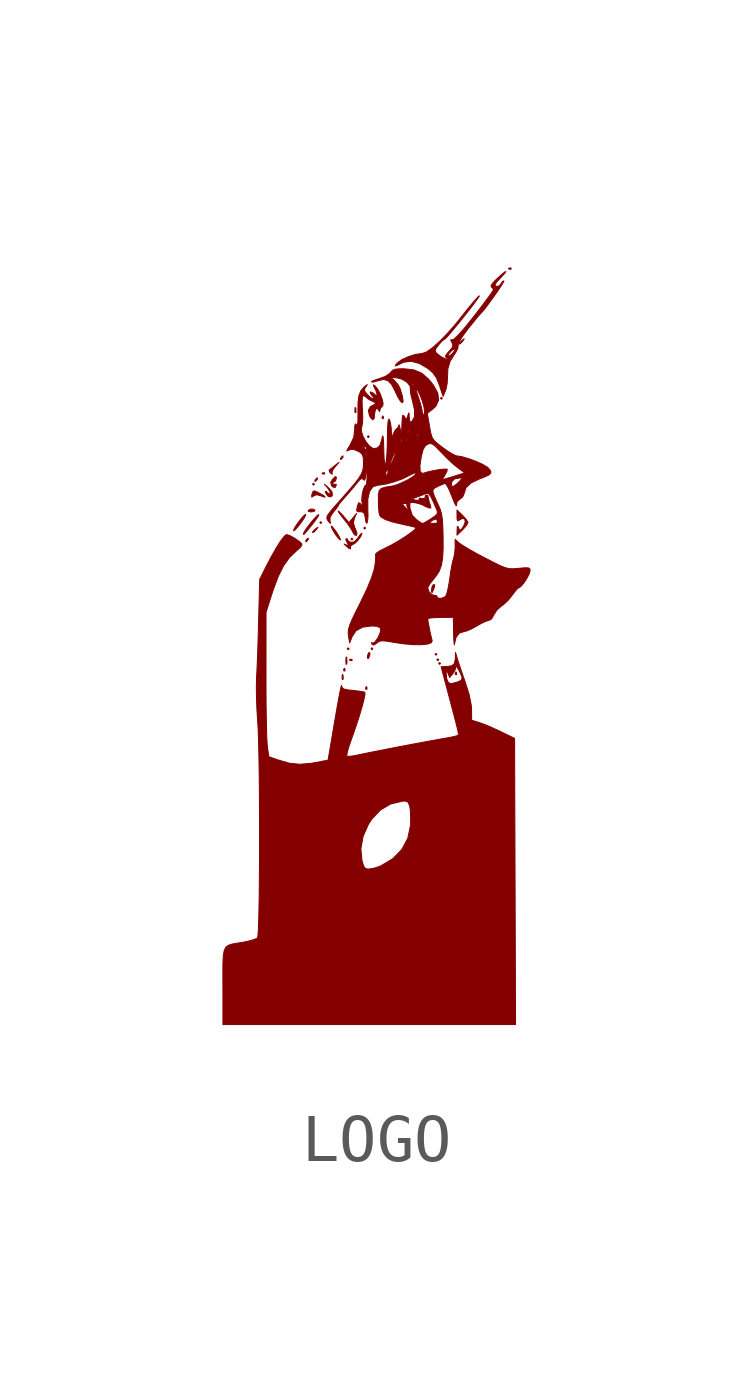
<source format=kicad_sym>
(kicad_symbol_lib
  (version 20210619)
  (generator bitmap2component)
  (symbol "LOGO"
    (pin_names
      (offset 1.016))
    (property "Reference" "#G"
      (at 0 8.404 0)
      (effects (font (size 1.27 1.27)) hide))
    (symbol "LOGO_0_0"
      (polyline (pts (xy 3.576 -6.093) (xy 3.566 -3.108) (xy 3.28 -2.969) (xy 3.256 -2.957) (xy 3.097 -2.884) (xy 2.946 -2.82) (xy 2.832 -2.779) (xy 2.67 -2.729) (xy 2.669 -2.518) (xy 2.664 -2.427) (xy 2.621 -2.205) (xy 2.534 -1.926) (xy 2.494 -1.813) (xy 2.438 -1.649) (xy 2.393 -1.514) (xy 2.367 -1.43) (xy 2.334 -1.316) (xy 2.33 -1.438) (xy 2.33 -1.451) (xy 2.311 -1.548) (xy 2.254 -1.595) (xy 2.142 -1.61) (xy 2.034 -1.613) (xy 2.066 -1.735) (xy 2.139 -1.735) (xy 2.14 -1.701) (xy 2.15 -1.691) (xy 2.177 -1.749) (xy 2.212 -1.839) (xy 2.284 -1.75) (xy 2.329 -1.673) (xy 2.339 -1.603) (xy 2.337 -1.592) (xy 2.356 -1.609) (xy 2.399 -1.678) (xy 2.439 -1.753) (xy 2.472 -1.842) (xy 2.457 -1.895) (xy 2.393 -1.926) (xy 2.333 -1.944) (xy 2.245 -1.968) (xy 2.241 -1.969) (xy 2.186 -1.946) (xy 2.15 -1.863) (xy 2.139 -1.735) (xy 2.066 -1.735) (xy 2.182 -2.17) (xy 2.197 -2.23) (xy 2.266 -2.488) (xy 2.317 -2.683) (xy 2.353 -2.824) (xy 2.377 -2.921) (xy 2.39 -2.982) (xy 2.394 -3.017) (xy 2.392 -3.034) (xy 2.385 -3.043) (xy 2.375 -3.049) (xy 2.307 -3.069) (xy 2.203 -3.09) (xy 2.186 -3.093) (xy 2.01 -3.124) (xy 1.793 -3.163) (xy 1.548 -3.209) (xy 1.291 -3.257) (xy 1.035 -3.306) (xy 0.796 -3.353) (xy 0.588 -3.394) (xy 0.426 -3.427) (xy 0.324 -3.449) (xy 0.216 -3.471) (xy 0.117 -3.483) (xy 0.068 -3.477) (xy 0.066 -3.453) (xy 0.084 -3.37) (xy 0.122 -3.243) (xy 0.176 -3.089) (xy 0.201 -3.021) (xy 0.269 -2.822) (xy 0.332 -2.627) (xy 0.385 -2.447) (xy 0.424 -2.299) (xy 0.445 -2.194) (xy 0.444 -2.147) (xy 0.41 -2.137) (xy 0.319 -2.122) (xy 0.194 -2.108) (xy 0.099 -2.098) (xy 0.011 -2.08) (xy -0.03 -2.052) (xy -0.042 -2.006) (xy -0.044 -2.003) (xy -0.057 -2.048) (xy -0.079 -2.153) (xy -0.109 -2.311) (xy -0.145 -2.511) (xy -0.185 -2.744) (xy -0.324 -3.562) (xy -0.591 -3.613) (xy -0.683 -3.629) (xy -0.917 -3.648) (xy -1.131 -3.626) (xy -1.361 -3.56) (xy -1.56 -3.49) (xy -1.59 -3.28) (xy -1.595 -3.23) (xy -1.602 -3.098) (xy -1.608 -2.907) (xy -1.613 -2.668) (xy -1.617 -2.393) (xy -1.619 -2.091) (xy -1.619 -1.773) (xy -1.618 -0.477) (xy -1.49 -0.077) (xy -1.461 0.009) (xy -1.358 0.282) (xy -1.25 0.496) (xy -1.131 0.662) (xy -0.992 0.796) (xy -0.984 0.802) (xy -0.899 0.878) (xy -0.869 0.928) (xy -0.886 0.966) (xy -0.926 1) (xy -1.025 1.069) (xy -1.122 1.122) (xy -1.19 1.143) (xy -1.191 1.143) (xy -1.238 1.108) (xy -1.31 1.014) (xy -1.403 0.868) (xy -1.51 0.679) (xy -1.626 0.458) (xy -1.75 0.21) (xy -1.772 -0.629) (xy -1.773 -0.678) (xy -1.781 -0.953) (xy -1.789 -1.223) (xy -1.798 -1.472) (xy -1.807 -1.68) (xy -1.815 -1.831) (xy -1.815 -1.846) (xy -1.82 -2.031) (xy -1.817 -2.261) (xy -1.808 -2.509) (xy -1.793 -2.746) (xy -1.792 -2.752) (xy -1.783 -2.908) (xy -1.775 -3.118) (xy -1.769 -3.375) (xy -1.763 -3.67) (xy -1.759 -3.995) (xy -1.756 -4.342) (xy -1.754 -4.703) (xy -1.753 -5.07) (xy -1.753 -5.41) (xy 0.36 -5.41) (xy 0.406 -5.153) (xy 0.518 -4.899) (xy 0.584 -4.797) (xy 0.766 -4.603) (xy 0.983 -4.476) (xy 1.236 -4.416) (xy 1.28 -4.414) (xy 1.342 -4.436) (xy 1.377 -4.513) (xy 1.389 -4.592) (xy 1.398 -4.726) (xy 1.398 -4.877) (xy 1.395 -4.926) (xy 1.339 -5.191) (xy 1.216 -5.422) (xy 1.029 -5.615) (xy 0.782 -5.764) (xy 0.749 -5.778) (xy 0.627 -5.818) (xy 0.528 -5.834) (xy 0.498 -5.833) (xy 0.447 -5.815) (xy 0.413 -5.759) (xy 0.382 -5.646) (xy 0.36 -5.41) (xy -1.753 -5.41) (xy -1.753 -5.434) (xy -1.755 -5.787) (xy -1.758 -6.121) (xy -1.761 -6.428) (xy -1.766 -6.7) (xy -1.772 -6.928) (xy -1.779 -7.105) (xy -1.787 -7.222) (xy -1.796 -7.27) (xy -1.798 -7.272) (xy -1.858 -7.301) (xy -1.969 -7.333) (xy -2.109 -7.362) (xy -2.225 -7.38) (xy -2.329 -7.399) (xy -2.406 -7.425) (xy -2.458 -7.467) (xy -2.491 -7.536) (xy -2.509 -7.642) (xy -2.517 -7.794) (xy -2.518 -8.002) (xy -2.517 -8.277) (xy -2.517 -9.077) (xy 3.586 -9.077) (xy 3.576 -6.093)) (stroke (width 0.01)) (fill (type outline)))
      (polyline (pts (xy 0.488 -2.079) (xy 0.483 -2.034) (xy 0.472 -2.028) (xy 0.458 -2.059) (xy 0.461 -2.08) (xy 0.483 -2.085) (xy 0.488 -2.079)) (stroke (width 0.01)) (fill (type outline)))
      (polyline (pts (xy -0.013 -1.878) (xy -0.008 -1.861) (xy -0.013 -1.783) (xy -0.026 -1.776) (xy -0.032 -1.831) (xy -0.027 -1.883) (xy -0.013 -1.878)) (stroke (width 0.01)) (fill (type outline)))
      (polyline (pts (xy 0.03 -1.698) (xy 0.025 -1.653) (xy 0.014 -1.647) (xy 0 -1.678) (xy 0.003 -1.698) (xy 0.025 -1.704) (xy 0.03 -1.698)) (stroke (width 0.01)) (fill (type outline)))
      (polyline (pts (xy 0.065 -1.554) (xy 0.07 -1.517) (xy 0.065 -1.421) (xy 0.061 -1.41) (xy 0.051 -1.418) (xy 0.047 -1.487) (xy 0.047 -1.513) (xy 0.053 -1.566) (xy 0.065 -1.554)) (stroke (width 0.01)) (fill (type outline)))
      (polyline (pts (xy 2.021 -1.545) (xy 2.002 -1.526) (xy 1.983 -1.545) (xy 2.002 -1.564) (xy 2.021 -1.545)) (stroke (width 0.01)) (fill (type outline)))
      (polyline (pts (xy 0.173 -1.485) (xy 0.178 -1.462) (xy 0.172 -1.457) (xy 0.127 -1.462) (xy 0.121 -1.473) (xy 0.153 -1.487) (xy 0.173 -1.485)) (stroke (width 0.01)) (fill (type outline)))
      (polyline (pts (xy 1.983 -1.468) (xy 1.964 -1.449) (xy 1.945 -1.468) (xy 1.964 -1.487) (xy 1.983 -1.468)) (stroke (width 0.01)) (fill (type outline)))
      (polyline (pts (xy 0.545 -1.373) (xy 0.55 -1.33) (xy 0.53 -1.318) (xy 0.517 -1.331) (xy 0.496 -1.394) (xy 0.501 -1.438) (xy 0.52 -1.439) (xy 0.545 -1.373)) (stroke (width 0.01)) (fill (type outline)))
      (polyline (pts (xy 1.945 -1.354) (xy 1.926 -1.335) (xy 1.907 -1.354) (xy 1.926 -1.373) (xy 1.945 -1.354)) (stroke (width 0.01)) (fill (type outline)))
      (polyline (pts (xy 0.115 -1.24) (xy 0.095 -1.22) (xy 0.076 -1.24) (xy 0.095 -1.258) (xy 0.115 -1.24)) (stroke (width 0.01)) (fill (type outline)))
      (polyline (pts (xy 0.61 -1.24) (xy 0.591 -1.22) (xy 0.572 -1.24) (xy 0.591 -1.258) (xy 0.61 -1.24)) (stroke (width 0.01)) (fill (type outline)))
      (polyline (pts (xy 0.691 -1.121) (xy 0.701 -1.113) (xy 0.746 -1.083) (xy 0.804 -1.073) (xy 0.895 -1.08) (xy 1.04 -1.104) (xy 1.241 -1.135) (xy 1.445 -1.153) (xy 1.619 -1.155) (xy 1.752 -1.141) (xy 1.831 -1.111) (xy 1.847 -1.068) (xy 1.831 -1.009) (xy 1.806 -0.903) (xy 1.782 -0.782) (xy 1.762 -0.675) (xy 1.754 -0.613) (xy 1.755 -0.612) (xy 1.794 -0.599) (xy 1.89 -0.59) (xy 2.021 -0.586) (xy 2.288 -0.583) (xy 2.295 -0.93) (xy 2.297 -1.024) (xy 2.303 -1.121) (xy 2.309 -1.157) (xy 2.316 -1.125) (xy 2.343 -1.007) (xy 2.415 -0.911) (xy 2.524 -0.877) (xy 2.567 -0.868) (xy 2.664 -0.826) (xy 2.778 -0.763) (xy 2.858 -0.717) (xy 2.962 -0.667) (xy 3.029 -0.648) (xy 3.085 -0.618) (xy 3.133 -0.535) (xy 3.137 -0.524) (xy 3.203 -0.426) (xy 3.297 -0.344) (xy 3.329 -0.323) (xy 3.433 -0.227) (xy 3.523 -0.114) (xy 3.558 -0.065) (xy 3.62 0.009) (xy 3.66 0.038) (xy 3.698 0.061) (xy 3.759 0.132) (xy 3.821 0.227) (xy 3.87 0.322) (xy 3.89 0.393) (xy 3.884 0.428) (xy 3.854 0.448) (xy 3.782 0.45) (xy 3.652 0.439) (xy 3.618 0.435) (xy 3.528 0.429) (xy 3.451 0.432) (xy 3.372 0.452) (xy 3.274 0.491) (xy 3.141 0.556) (xy 2.956 0.651) (xy 2.926 0.666) (xy 2.75 0.76) (xy 2.596 0.847) (xy 2.478 0.919) (xy 2.412 0.965) (xy 2.326 1.043) (xy 2.326 0.886) (xy 2.326 0.863) (xy 2.314 0.735) (xy 2.29 0.633) (xy 2.285 0.621) (xy 2.262 0.524) (xy 2.237 0.384) (xy 2.214 0.225) (xy 2.208 0.183) (xy 2.183 0.037) (xy 2.156 -0.078) (xy 2.131 -0.139) (xy 2.108 -0.16) (xy 2.039 -0.187) (xy 1.974 -0.184) (xy 1.945 -0.149) (xy 1.94 -0.133) (xy 1.897 -0.124) (xy 1.895 -0.125) (xy 1.837 -0.108) (xy 1.781 -0.048) (xy 1.756 0.027) (xy 1.76 0.045) (xy 1.8 0.116) (xy 1.869 0.204) (xy 1.93 0.279) (xy 1.996 0.383) (xy 2.039 0.499) (xy 2.064 0.642) (xy 2.075 0.83) (xy 2.075 1.077) (xy 2.07 1.285) (xy 2.061 1.443) (xy 2.045 1.56) (xy 2.02 1.654) (xy 1.983 1.744) (xy 1.948 1.82) (xy 1.89 1.949) (xy 1.863 2.031) (xy 1.866 2.08) (xy 1.898 2.113) (xy 1.958 2.144) (xy 1.968 2.149) (xy 2.058 2.189) (xy 2.116 2.21) (xy 2.122 2.209) (xy 2.123 2.208) (xy 2.25 2.208) (xy 2.257 2.245) (xy 2.318 2.305) (xy 2.434 2.326) (xy 2.458 2.322) (xy 2.455 2.295) (xy 2.394 2.231) (xy 2.352 2.192) (xy 2.287 2.145) (xy 2.257 2.151) (xy 2.25 2.208) (xy 2.123 2.208) (xy 2.156 2.165) (xy 2.205 2.069) (xy 2.259 1.939) (xy 2.277 1.891) (xy 2.32 1.791) (xy 2.348 1.742) (xy 2.355 1.754) (xy 2.364 1.829) (xy 2.431 1.887) (xy 2.483 1.925) (xy 2.517 2.007) (xy 2.552 2.12) (xy 2.661 2.221) (xy 2.841 2.307) (xy 2.909 2.331) (xy 3.02 2.38) (xy 3.07 2.422) (xy 3.067 2.469) (xy 3.018 2.531) (xy 2.995 2.551) (xy 2.896 2.609) (xy 2.757 2.671) (xy 2.605 2.727) (xy 2.463 2.768) (xy 2.358 2.784) (xy 2.353 2.784) (xy 2.288 2.812) (xy 2.186 2.873) (xy 2.067 2.957) (xy 1.976 3.026) (xy 1.894 3.098) (xy 1.846 3.168) (xy 1.817 3.261) (xy 1.792 3.4) (xy 1.746 3.672) (xy 1.865 3.765) (xy 1.927 3.826) (xy 1.982 3.95) (xy 1.964 4.095) (xy 1.872 4.261) (xy 1.774 4.383) (xy 1.63 4.508) (xy 1.468 4.577) (xy 1.269 4.6) (xy 1.185 4.601) (xy 1.081 4.593) (xy 1.02 4.569) (xy 0.979 4.524) (xy 0.96 4.502) (xy 0.869 4.441) (xy 0.744 4.394) (xy 0.679 4.375) (xy 0.603 4.346) (xy 0.581 4.326) (xy 0.581 4.326) (xy 0.626 4.325) (xy 0.708 4.349) (xy 0.71 4.35) (xy 0.83 4.378) (xy 0.924 4.354) (xy 1.003 4.271) (xy 1.081 4.12) (xy 1.132 4.012) (xy 1.191 3.917) (xy 1.229 3.891) (xy 1.242 3.931) (xy 1.225 4.034) (xy 1.175 4.195) (xy 1.133 4.272) (xy 1.056 4.36) (xy 1.028 4.385) (xy 1 4.415) (xy 1.029 4.421) (xy 1.124 4.409) (xy 1.219 4.383) (xy 1.277 4.348) (xy 1.375 4.348) (xy 1.421 4.314) (xy 1.461 4.28) (xy 1.487 4.248) (xy 1.487 4.241) (xy 1.462 4.241) (xy 1.406 4.3) (xy 1.385 4.328) (xy 1.375 4.348) (xy 1.277 4.348) (xy 1.32 4.322) (xy 1.385 4.245) (xy 1.391 4.195) (xy 1.508 4.195) (xy 1.516 4.192) (xy 1.552 4.14) (xy 1.597 4.046) (xy 1.641 3.931) (xy 1.673 3.818) (xy 1.679 3.788) (xy 1.689 3.689) (xy 1.674 3.64) (xy 1.653 3.644) (xy 1.64 3.698) (xy 1.634 3.747) (xy 1.607 3.857) (xy 1.567 3.986) (xy 1.536 4.079) (xy 1.512 4.163) (xy 1.508 4.195) (xy 1.391 4.195) (xy 1.394 4.17) (xy 1.392 4.146) (xy 1.404 4.059) (xy 1.433 3.945) (xy 1.479 3.742) (xy 1.478 3.597) (xy 1.43 3.509) (xy 1.398 3.488) (xy 1.377 3.507) (xy 1.369 3.59) (xy 1.365 3.669) (xy 1.357 3.679) (xy 1.339 3.623) (xy 1.322 3.568) (xy 1.301 3.554) (xy 1.267 3.604) (xy 1.248 3.631) (xy 1.231 3.625) (xy 1.222 3.562) (xy 1.216 3.432) (xy 1.216 3.411) (xy 1.211 3.294) (xy 1.21 3.28) (xy 1.335 3.28) (xy 1.338 3.3) (xy 1.36 3.305) (xy 1.365 3.3) (xy 1.36 3.255) (xy 1.349 3.248) (xy 1.335 3.28) (xy 1.21 3.28) (xy 1.206 3.247) (xy 1.197 3.263) (xy 1.182 3.337) (xy 1.174 3.378) (xy 1.158 3.432) (xy 1.15 3.423) (xy 1.142 3.388) (xy 1.113 3.356) (xy 1.08 3.326) (xy 1.041 3.251) (xy 1.025 3.212) (xy 1.02 3.204) (xy 1.526 3.204) (xy 1.528 3.224) (xy 1.551 3.229) (xy 1.556 3.224) (xy 1.551 3.178) (xy 1.54 3.172) (xy 1.526 3.204) (xy 1.02 3.204) (xy 1.007 3.184) (xy 0.999 3.217) (xy 0.995 3.318) (xy 0.993 3.363) (xy 0.977 3.475) (xy 0.954 3.547) (xy 0.94 3.549) (xy 0.926 3.489) (xy 0.917 3.355) (xy 0.913 3.146) (xy 0.913 3.111) (xy 1.185 3.111) (xy 1.191 3.149) (xy 1.208 3.135) (xy 1.214 3.112) (xy 1.214 3.108) (xy 1.297 3.108) (xy 1.316 3.127) (xy 1.335 3.108) (xy 1.316 3.089) (xy 1.297 3.108) (xy 1.214 3.108) (xy 1.205 3.061) (xy 1.192 3.062) (xy 1.185 3.111) (xy 0.913 3.111) (xy 0.911 3.025) (xy 0.904 2.841) (xy 0.893 2.706) (xy 0.88 2.623) (xy 0.867 2.599) (xy 0.854 2.637) (xy 0.844 2.741) (xy 0.837 2.918) (xy 0.834 3.061) (xy 0.826 3.168) (xy 0.817 3.202) (xy 0.804 3.164) (xy 0.794 3.115) (xy 0.758 3.005) (xy 0.708 2.951) (xy 0.633 2.937) (xy 0.615 2.939) (xy 0.54 2.988) (xy 0.465 3.081) (xy 0.404 3.194) (xy 0.37 3.304) (xy 0.377 3.386) (xy 0.378 3.388) (xy 0.394 3.465) (xy 0.399 3.593) (xy 0.393 3.75) (xy 0.385 3.905) (xy 0.391 4.009) (xy 0.412 4.043) (xy 0.426 4.041) (xy 0.478 4.002) (xy 0.522 3.964) (xy 0.604 3.921) (xy 0.622 3.914) (xy 0.671 3.883) (xy 0.649 3.86) (xy 0.561 3.814) (xy 0.516 3.735) (xy 0.527 3.68) (xy 0.534 3.68) (xy 0.553 3.699) (xy 0.572 3.68) (xy 0.553 3.661) (xy 0.534 3.68) (xy 0.527 3.68) (xy 0.539 3.626) (xy 0.562 3.581) (xy 0.606 3.536) (xy 0.637 3.564) (xy 0.648 3.663) (xy 0.649 3.681) (xy 0.667 3.756) (xy 0.701 3.775) (xy 0.738 3.728) (xy 0.75 3.709) (xy 0.76 3.744) (xy 0.767 3.776) (xy 0.809 3.823) (xy 0.816 3.827) (xy 0.823 3.88) (xy 0.803 3.97) (xy 0.764 4.076) (xy 0.713 4.173) (xy 0.66 4.24) (xy 0.658 4.241) (xy 0.624 4.265) (xy 0.625 4.244) (xy 0.662 4.167) (xy 0.674 4.144) (xy 0.698 4.072) (xy 0.69 4.043) (xy 0.679 4.044) (xy 0.629 4.081) (xy 0.622 4.091) (xy 0.564 4.119) (xy 0.554 4.097) (xy 0.591 4.043) (xy 0.607 4.025) (xy 0.635 3.977) (xy 0.617 3.969) (xy 0.566 3.998) (xy 0.497 4.061) (xy 0.449 4.117) (xy 0.432 4.169) (xy 0.462 4.223) (xy 0.485 4.253) (xy 0.493 4.271) (xy 0.446 4.237) (xy 0.43 4.223) (xy 0.362 4.146) (xy 0.32 4.044) (xy 0.301 3.901) (xy 0.299 3.699) (xy 0.3 3.624) (xy 0.298 3.491) (xy 0.287 3.429) (xy 0.268 3.432) (xy 0.248 3.451) (xy 0.234 3.418) (xy 0.23 3.317) (xy 0.211 3.169) (xy 0.131 3.001) (xy 0.125 2.993) (xy 0.101 2.955) (xy 0.429 2.955) (xy 0.43 2.998) (xy 0.443 2.999) (xy 0.471 2.957) (xy 0.48 2.928) (xy 0.473 2.9) (xy 0.437 2.939) (xy 0.429 2.955) (xy 0.101 2.955) (xy 0.075 2.913) (xy 0.069 2.885) (xy 0.104 2.901) (xy 0.13 2.915) (xy 0.2 2.922) (xy 0.296 2.884) (xy 0.344 2.857) (xy 0.381 2.822) (xy 0.458 2.822) (xy 0.461 2.842) (xy 0.483 2.848) (xy 0.488 2.842) (xy 0.483 2.797) (xy 0.472 2.791) (xy 0.458 2.822) (xy 0.381 2.822) (xy 0.391 2.812) (xy 0.411 2.743) (xy 0.414 2.624) (xy 0.411 2.55) (xy 0.398 2.476) (xy 0.367 2.4) (xy 0.313 2.313) (xy 0.228 2.203) (xy 0.105 2.059) (xy -0.062 1.869) (xy -0.19 1.725) (xy -0.28 1.619) (xy -0.332 1.547) (xy -0.351 1.499) (xy -0.345 1.462) (xy -0.321 1.426) (xy -0.289 1.387) (xy -0.272 1.379) (xy -0.285 1.433) (xy -0.281 1.509) (xy -0.21 1.617) (xy -0.196 1.633) (xy -0.138 1.703) (xy -0.114 1.742) (xy -0.102 1.766) (xy -0.05 1.832) (xy 0.029 1.922) (xy 0.078 1.978) (xy 0.186 2.103) (xy 0.275 2.213) (xy 0.341 2.29) (xy 0.384 2.314) (xy 0.416 2.29) (xy 0.438 2.277) (xy 0.455 2.325) (xy 0.467 2.442) (xy 0.482 2.651) (xy 0.484 2.567) (xy 0.956 2.567) (xy 0.969 2.621) (xy 0.999 2.706) (xy 1.038 2.796) (xy 1.072 2.865) (xy 1.093 2.887) (xy 1.093 2.872) (xy 1.074 2.804) (xy 1.033 2.704) (xy 1.007 2.646) (xy 0.972 2.58) (xy 1.592 2.58) (xy 1.619 2.765) (xy 1.62 2.767) (xy 1.654 2.904) (xy 1.696 2.985) (xy 1.753 3.028) (xy 1.765 3.033) (xy 1.814 3.043) (xy 1.865 3.023) (xy 1.934 2.965) (xy 2.037 2.857) (xy 2.151 2.74) (xy 2.276 2.623) (xy 2.379 2.538) (xy 2.527 2.429) (xy 2.303 2.359) (xy 2.198 2.327) (xy 2.106 2.3) (xy 2.065 2.289) (xy 2.064 2.289) (xy 2.075 2.319) (xy 2.115 2.387) (xy 2.117 2.39) (xy 2.156 2.463) (xy 2.16 2.506) (xy 2.154 2.508) (xy 2.092 2.508) (xy 1.988 2.496) (xy 1.867 2.475) (xy 1.754 2.45) (xy 1.674 2.425) (xy 1.633 2.419) (xy 1.596 2.465) (xy 1.592 2.58) (xy 0.972 2.58) (xy 0.971 2.579) (xy 0.956 2.564) (xy 0.956 2.567) (xy 0.484 2.567) (xy 0.489 2.42) (xy 0.877 2.42) (xy 0.88 2.443) (xy 0.912 2.496) (xy 0.929 2.493) (xy 0.926 2.441) (xy 0.908 2.387) (xy 0.886 2.368) (xy 0.877 2.42) (xy 0.489 2.42) (xy 0.489 2.412) (xy 0.488 2.299) (xy 0.48 2.209) (xy 0.466 2.174) (xy 0.44 2.153) (xy 0.41 2.079) (xy 0.387 1.976) (xy 0.378 1.87) (xy 0.388 1.788) (xy 0.403 1.744) (xy 0.403 1.723) (xy 0.367 1.765) (xy 0.341 1.796) (xy 0.313 1.806) (xy 0.291 1.746) (xy 0.286 1.726) (xy 0.271 1.649) (xy 0.29 1.621) (xy 0.353 1.618) (xy 0.389 1.616) (xy 0.432 1.584) (xy 0.451 1.496) (xy 0.459 1.431) (xy 0.475 1.38) (xy 0.491 1.388) (xy 0.503 1.446) (xy 0.509 1.544) (xy 0.505 1.67) (xy 0.505 1.877) (xy 0.54 2.041) (xy 0.611 2.14) (xy 0.719 2.174) (xy 0.743 2.175) (xy 0.887 2.198) (xy 1.06 2.245) (xy 1.23 2.306) (xy 1.365 2.373) (xy 1.39 2.387) (xy 1.47 2.424) (xy 1.513 2.428) (xy 1.503 2.397) (xy 1.441 2.347) (xy 1.343 2.287) (xy 1.227 2.229) (xy 1.113 2.181) (xy 1.017 2.155) (xy 0.872 2.131) (xy 0.784 2.104) (xy 0.741 2.057) (xy 0.726 1.974) (xy 0.725 1.842) (xy 1.206 1.842) (xy 1.211 1.856) (xy 1.228 1.861) (xy 1.306 1.856) (xy 1.313 1.843) (xy 1.259 1.837) (xy 1.206 1.842) (xy 0.725 1.842) (xy 0.725 1.838) (xy 0.727 1.788) (xy 1.232 1.788) (xy 1.278 1.792) (xy 1.313 1.788) (xy 1.323 1.767) (xy 1.316 1.747) (xy 1.325 1.725) (xy 1.382 1.725) (xy 1.382 1.797) (xy 1.414 1.817) (xy 1.453 1.812) (xy 1.678 1.812) (xy 1.697 1.831) (xy 1.716 1.812) (xy 1.697 1.792) (xy 1.678 1.812) (xy 1.453 1.812) (xy 1.496 1.806) (xy 1.5 1.805) (xy 1.597 1.78) (xy 1.659 1.755) (xy 1.689 1.737) (xy 1.768 1.703) (xy 1.776 1.7) (xy 1.82 1.697) (xy 1.812 1.744) (xy 1.784 1.826) (xy 1.757 1.957) (xy 1.753 1.967) (xy 1.716 1.964) (xy 1.704 1.954) (xy 1.697 1.908) (xy 1.69 1.892) (xy 1.634 1.897) (xy 1.584 1.903) (xy 1.576 1.88) (xy 1.569 1.858) (xy 1.501 1.861) (xy 1.48 1.865) (xy 1.433 1.878) (xy 1.449 1.895) (xy 1.531 1.926) (xy 1.539 1.929) (xy 1.643 1.968) (xy 1.719 1.999) (xy 1.746 2.006) (xy 1.777 1.993) (xy 1.813 1.944) (xy 1.861 1.848) (xy 1.929 1.693) (xy 1.952 1.636) (xy 1.955 1.583) (xy 1.917 1.537) (xy 1.825 1.474) (xy 1.774 1.441) (xy 1.71 1.404) (xy 1.802 1.404) (xy 1.865 1.447) (xy 1.924 1.466) (xy 1.959 1.429) (xy 1.954 1.386) (xy 1.887 1.373) (xy 1.812 1.38) (xy 1.802 1.404) (xy 1.71 1.404) (xy 1.69 1.392) (xy 1.646 1.373) (xy 1.641 1.374) (xy 1.589 1.404) (xy 1.51 1.462) (xy 1.43 1.549) (xy 1.385 1.69) (xy 1.382 1.725) (xy 1.325 1.725) (xy 1.34 1.691) (xy 1.362 1.662) (xy 1.367 1.64) (xy 1.335 1.66) (xy 1.278 1.716) (xy 1.238 1.763) (xy 1.232 1.788) (xy 0.727 1.788) (xy 0.729 1.708) (xy 0.739 1.598) (xy 0.754 1.541) (xy 0.785 1.506) (xy 0.871 1.455) (xy 1.011 1.408) (xy 1.215 1.36) (xy 1.238 1.355) (xy 1.37 1.326) (xy 1.467 1.302) (xy 1.509 1.288) (xy 1.51 1.28) (xy 1.474 1.238) (xy 1.391 1.173) (xy 1.276 1.093) (xy 1.144 1.01) (xy 1.01 0.932) (xy 0.889 0.871) (xy 0.878 0.866) (xy 0.763 0.808) (xy 0.687 0.759) (xy 0.665 0.729) (xy 0.67 0.692) (xy 0.665 0.598) (xy 0.649 0.473) (xy 0.636 0.409) (xy 0.579 0.231) (xy 0.483 0.001) (xy 0.345 -0.286) (xy 0.242 -0.491) (xy 0.17 -0.644) (xy 0.124 -0.756) (xy 0.101 -0.838) (xy 0.095 -0.905) (xy 0.101 -0.968) (xy 0.126 -1.117) (xy 0.18 -0.981) (xy 0.259 -0.864) (xy 0.395 -0.788) (xy 0.587 -0.763) (xy 0.694 -0.77) (xy 0.765 -0.803) (xy 0.774 -0.872) (xy 0.727 -0.988) (xy 0.703 -1.031) (xy 0.646 -1.106) (xy 0.603 -1.121) (xy 0.582 -1.112) (xy 0.589 -1.141) (xy 0.591 -1.143) (xy 0.629 -1.162) (xy 0.691 -1.121)) (stroke (width 0.01)) (fill (type outline)))
      (polyline (pts (xy 1.869 -0.019) (xy 1.891 0.038) (xy 1.901 0.098) (xy 1.869 0.095) (xy 1.847 0.065) (xy 1.833 -0.012) (xy 1.835 -0.051) (xy 1.843 -0.071) (xy 1.869 -0.019)) (stroke (width 0.01)) (fill (type outline)))
      (polyline (pts (xy 0.143 0.885) (xy 0.144 0.904) (xy 0.183 0.933) (xy 0.229 0.955) (xy 0.296 1.019) (xy 0.355 1.098) (xy 0.38 1.163) (xy 0.378 1.169) (xy 0.352 1.149) (xy 0.303 1.081) (xy 0.29 1.061) (xy 0.221 0.99) (xy 0.151 0.981) (xy 0.108 1) (xy 0.076 1.04) (xy 0.075 1.053) (xy 0.052 1.056) (xy 0.046 1.032) (xy 0.076 0.974) (xy 0.097 0.933) (xy 0.075 0.915) (xy 0.016 0.944) (xy 0.011 0.945) (xy 0.051 0.906) (xy 0.108 0.857) (xy 0.143 0.844) (xy 0.143 0.885)) (stroke (width 0.01)) (fill (type outline)))
      (polyline (pts (xy -0.78 0.993) (xy -0.744 1.03) (xy -0.737 1.043) (xy -0.739 1.068) (xy -0.746 1.066) (xy -0.782 1.03) (xy -0.789 1.016) (xy -0.786 0.992) (xy -0.78 0.993)) (stroke (width 0.01)) (fill (type outline)))
      (polyline (pts (xy -0.066 1.039) (xy -0.09 1.094) (xy -0.142 1.182) (xy -0.177 1.232) (xy -0.23 1.3) (xy -0.257 1.319) (xy -0.258 1.31) (xy -0.235 1.254) (xy -0.184 1.167) (xy -0.161 1.133) (xy -0.104 1.06) (xy -0.069 1.03) (xy -0.066 1.039)) (stroke (width 0.01)) (fill (type outline)))
      (polyline (pts (xy 0.191 1.049) (xy 0.172 1.068) (xy 0.153 1.049) (xy 0.172 1.03) (xy 0.191 1.049)) (stroke (width 0.01)) (fill (type outline)))
      (polyline (pts (xy 0.279 1.173) (xy 0.244 1.266) (xy 0.228 1.298) (xy 0.204 1.392) (xy 0.226 1.483) (xy 0.269 1.583) (xy 0.113 1.392) (xy -0.001 1.524) (xy -0.037 1.565) (xy -0.093 1.621) (xy -0.114 1.633) (xy -0.102 1.608) (xy -0.052 1.538) (xy 0.023 1.444) (xy 0.077 1.376) (xy 0.151 1.27) (xy 0.195 1.19) (xy 0.227 1.137) (xy 0.267 1.125) (xy 0.279 1.173)) (stroke (width 0.01)) (fill (type outline)))
      (polyline (pts (xy -0.825 1.15) (xy -0.792 1.184) (xy -0.731 1.258) (xy -0.631 1.383) (xy -0.567 1.468) (xy -0.524 1.536) (xy -0.52 1.562) (xy -0.548 1.542) (xy -0.61 1.478) (xy -0.686 1.387) (xy -0.76 1.29) (xy -0.817 1.207) (xy -0.839 1.159) (xy -0.837 1.146) (xy -0.825 1.15)) (stroke (width 0.01)) (fill (type outline)))
      (polyline (pts (xy 2.479 1.24) (xy 2.504 1.265) (xy 2.568 1.341) (xy 2.593 1.392) (xy 2.591 1.404) (xy 2.551 1.466) (xy 2.479 1.545) (xy 2.365 1.654) (xy 2.365 1.528) (xy 2.367 1.458) (xy 2.384 1.427) (xy 2.423 1.451) (xy 2.486 1.482) (xy 2.529 1.462) (xy 2.535 1.399) (xy 2.498 1.31) (xy 2.45 1.243) (xy 2.423 1.234) (xy 2.399 1.279) (xy 2.385 1.311) (xy 2.372 1.312) (xy 2.367 1.242) (xy 2.365 1.13) (xy 2.479 1.24)) (stroke (width 0.01)) (fill (type outline)))
      (polyline (pts (xy -0.567 1.249) (xy -0.546 1.277) (xy -0.536 1.296) (xy -0.582 1.263) (xy -0.622 1.228) (xy -0.648 1.197) (xy -0.648 1.19) (xy -0.623 1.19) (xy -0.567 1.249)) (stroke (width 0.01)) (fill (type outline)))
      (polyline (pts (xy -1.009 1.245) (xy -0.953 1.307) (xy -0.889 1.39) (xy -0.831 1.473) (xy -0.795 1.538) (xy -0.793 1.564) (xy -0.817 1.549) (xy -0.876 1.487) (xy -0.949 1.392) (xy -0.999 1.319) (xy -1.039 1.249) (xy -1.042 1.222) (xy -1.009 1.245)) (stroke (width 0.01)) (fill (type outline)))
      (polyline (pts (xy 0.458 1.278) (xy 0.439 1.297) (xy 0.42 1.278) (xy 0.439 1.259) (xy 0.458 1.278)) (stroke (width 0.01)) (fill (type outline)))
      (polyline (pts (xy -0.458 1.392) (xy -0.477 1.411) (xy -0.496 1.392) (xy -0.477 1.373) (xy -0.458 1.392)) (stroke (width 0.01)) (fill (type outline)))
      (polyline (pts (xy -0.615 1.626) (xy -0.597 1.649) (xy -0.621 1.669) (xy -0.688 1.675) (xy -0.741 1.644) (xy -0.732 1.623) (xy -0.671 1.615) (xy -0.615 1.626)) (stroke (width 0.01)) (fill (type outline)))
      (polyline (pts (xy -0.625 1.948) (xy -0.564 1.975) (xy -0.476 1.952) (xy -0.414 1.927) (xy -0.384 1.925) (xy -0.411 1.953) (xy -0.494 2.001) (xy -0.551 2.03) (xy -0.613 2.054) (xy -0.641 2.038) (xy -0.66 1.981) (xy -0.665 1.962) (xy -0.664 1.925) (xy -0.625 1.948)) (stroke (width 0.01)) (fill (type outline)))
      (polyline (pts (xy -0.233 1.965) (xy -0.244 2.037) (xy -0.315 2.12) (xy -0.4 2.193) (xy -0.328 2.107) (xy -0.284 2.038) (xy -0.282 1.994) (xy -0.302 1.988) (xy -0.345 2.022) (xy -0.365 2.047) (xy -0.381 2.038) (xy -0.376 2.016) (xy -0.337 1.954) (xy -0.311 1.935) (xy -0.261 1.93) (xy -0.233 1.965)) (stroke (width 0.01)) (fill (type outline)))
      (polyline (pts (xy -0.152 2.178) (xy -0.155 2.191) (xy -0.191 2.193) (xy -0.205 2.187) (xy -0.229 2.21) (xy -0.227 2.221) (xy -0.191 2.25) (xy -0.171 2.259) (xy -0.152 2.314) (xy -0.154 2.343) (xy -0.172 2.352) (xy -0.223 2.304) (xy -0.223 2.304) (xy -0.269 2.233) (xy -0.253 2.167) (xy -0.222 2.133) (xy -0.174 2.126) (xy -0.152 2.178)) (stroke (width 0.01)) (fill (type outline)))
      (polyline (pts (xy -0.61 2.193) (xy -0.629 2.212) (xy -0.648 2.193) (xy -0.629 2.174) (xy -0.61 2.193)) (stroke (width 0.01)) (fill (type outline)))
      (polyline (pts (xy -0.589 2.252) (xy -0.553 2.288) (xy -0.546 2.302) (xy -0.548 2.326) (xy -0.555 2.325) (xy -0.591 2.288) (xy -0.598 2.275) (xy -0.596 2.25) (xy -0.589 2.252)) (stroke (width 0.01)) (fill (type outline)))
      (polyline (pts (xy -0.399 2.405) (xy -0.394 2.428) (xy -0.4 2.433) (xy -0.445 2.428) (xy -0.451 2.417) (xy -0.419 2.403) (xy -0.399 2.405)) (stroke (width 0.01)) (fill (type outline)))
      (polyline (pts (xy -0.234 2.404) (xy -0.242 2.429) (xy -0.244 2.432) (xy -0.232 2.48) (xy -0.181 2.552) (xy -0.095 2.65) (xy -0.191 2.575) (xy -0.194 2.572) (xy -0.263 2.518) (xy -0.299 2.491) (xy -0.302 2.486) (xy -0.288 2.443) (xy -0.278 2.43) (xy -0.239 2.403) (xy -0.234 2.404)) (stroke (width 0.01)) (fill (type outline)))
      (polyline (pts (xy -0.055 2.709) (xy -0.019 2.746) (xy -0.012 2.76) (xy -0.015 2.784) (xy -0.021 2.782) (xy -0.057 2.746) (xy -0.064 2.732) (xy -0.062 2.708) (xy -0.055 2.709)) (stroke (width 0.01)) (fill (type outline)))
      (polyline (pts (xy 0.534 3.184) (xy 0.515 3.204) (xy 0.496 3.184) (xy 0.515 3.166) (xy 0.534 3.184)) (stroke (width 0.01)) (fill (type outline)))
      (polyline (pts (xy 0.831 3.565) (xy 0.826 3.61) (xy 0.815 3.616) (xy 0.801 3.585) (xy 0.804 3.565) (xy 0.826 3.56) (xy 0.831 3.565)) (stroke (width 0.01)) (fill (type outline)))
      (polyline (pts (xy 0.254 3.69) (xy 0.259 3.707) (xy 0.254 3.785) (xy 0.241 3.792) (xy 0.235 3.737) (xy 0.24 3.685) (xy 0.254 3.69)) (stroke (width 0.01)) (fill (type outline)))
      (polyline (pts (xy 2.059 3.985) (xy 2.04 4.005) (xy 2.021 3.985) (xy 2.04 3.966) (xy 2.059 3.985)) (stroke (width 0.01)) (fill (type outline)))
      (polyline (pts (xy 2.123 4.139) (xy 2.133 4.165) (xy 2.159 4.289) (xy 2.167 4.424) (xy 2.174 4.597) (xy 2.22 4.755) (xy 2.317 4.91) (xy 2.336 4.936) (xy 2.382 5.026) (xy 2.389 5.09) (xy 2.388 5.104) (xy 2.417 5.178) (xy 2.491 5.294) (xy 2.603 5.444) (xy 2.669 5.526) (xy 2.762 5.64) (xy 2.831 5.723) (xy 2.865 5.759) (xy 2.888 5.783) (xy 2.949 5.857) (xy 3.029 5.963) (xy 3.118 6.086) (xy 3.205 6.21) (xy 3.279 6.319) (xy 3.328 6.399) (xy 3.343 6.433) (xy 3.321 6.427) (xy 3.282 6.374) (xy 3.246 6.329) (xy 3.181 6.318) (xy 3.175 6.321) (xy 3.157 6.348) (xy 3.185 6.4) (xy 3.266 6.489) (xy 3.35 6.579) (xy 3.385 6.626) (xy 3.369 6.625) (xy 3.306 6.576) (xy 3.199 6.479) (xy 3.13 6.411) (xy 3.077 6.339) (xy 3.08 6.305) (xy 3.098 6.295) (xy 3.127 6.253) (xy 3.113 6.225) (xy 3.058 6.145) (xy 2.969 6.024) (xy 2.855 5.872) (xy 2.723 5.701) (xy 2.677 5.643) (xy 2.519 5.447) (xy 2.395 5.307) (xy 2.31 5.224) (xy 2.265 5.202) (xy 2.254 5.206) (xy 2.232 5.201) (xy 2.259 5.149) (xy 2.281 5.095) (xy 2.263 5.039) (xy 2.194 4.959) (xy 2.165 4.927) (xy 2.126 4.87) (xy 2.174 4.87) (xy 2.193 4.913) (xy 2.25 4.977) (xy 2.303 5.014) (xy 2.326 5.008) (xy 2.307 4.965) (xy 2.25 4.901) (xy 2.197 4.864) (xy 2.174 4.87) (xy 2.126 4.87) (xy 2.124 4.867) (xy 2.129 4.844) (xy 2.144 4.841) (xy 2.174 4.807) (xy 2.17 4.8) (xy 2.123 4.808) (xy 2.04 4.849) (xy 2.012 4.866) (xy 1.937 4.927) (xy 1.907 4.975) (xy 1.929 5.029) (xy 1.988 5.108) (xy 2.059 5.184) (xy 2.121 5.229) (xy 2.137 5.243) (xy 2.196 5.308) (xy 2.288 5.417) (xy 2.404 5.558) (xy 2.534 5.721) (xy 2.625 5.836) (xy 2.726 5.969) (xy 2.797 6.066) (xy 2.832 6.119) (xy 2.824 6.121) (xy 2.787 6.084) (xy 2.704 5.99) (xy 2.599 5.863) (xy 2.486 5.721) (xy 2.35 5.55) (xy 2.169 5.343) (xy 2 5.169) (xy 1.85 5.036) (xy 1.728 4.95) (xy 1.64 4.92) (xy 1.634 4.92) (xy 1.498 4.9) (xy 1.347 4.852) (xy 1.211 4.789) (xy 1.119 4.721) (xy 1.085 4.68) (xy 1.079 4.66) (xy 1.124 4.675) (xy 1.227 4.726) (xy 1.252 4.737) (xy 1.405 4.758) (xy 1.579 4.712) (xy 1.763 4.603) (xy 1.866 4.512) (xy 1.94 4.404) (xy 2 4.253) (xy 2.074 4.026) (xy 2.123 4.139)) (stroke (width 0.01)) (fill (type outline)))
      (polyline (pts (xy 2.484 5.177) (xy 2.505 5.205) (xy 2.515 5.225) (xy 2.47 5.192) (xy 2.429 5.157) (xy 2.403 5.125) (xy 2.403 5.118) (xy 2.428 5.118) (xy 2.484 5.177)) (stroke (width 0.01)) (fill (type outline)))
      (polyline (pts (xy 3.491 6.677) (xy 3.496 6.7) (xy 3.49 6.704) (xy 3.445 6.7) (xy 3.439 6.688) (xy 3.471 6.674) (xy 3.491 6.677)) (stroke (width 0.01)) (fill (type outline)))
      (polyline (pts (xy 2.357 -1.774) (xy 2.352 -1.729) (xy 2.34 -1.723) (xy 2.326 -1.754) (xy 2.329 -1.774) (xy 2.352 -1.78) (xy 2.357 -1.774)) (stroke (width 0.01)) (fill (type outline))))))
</source>
